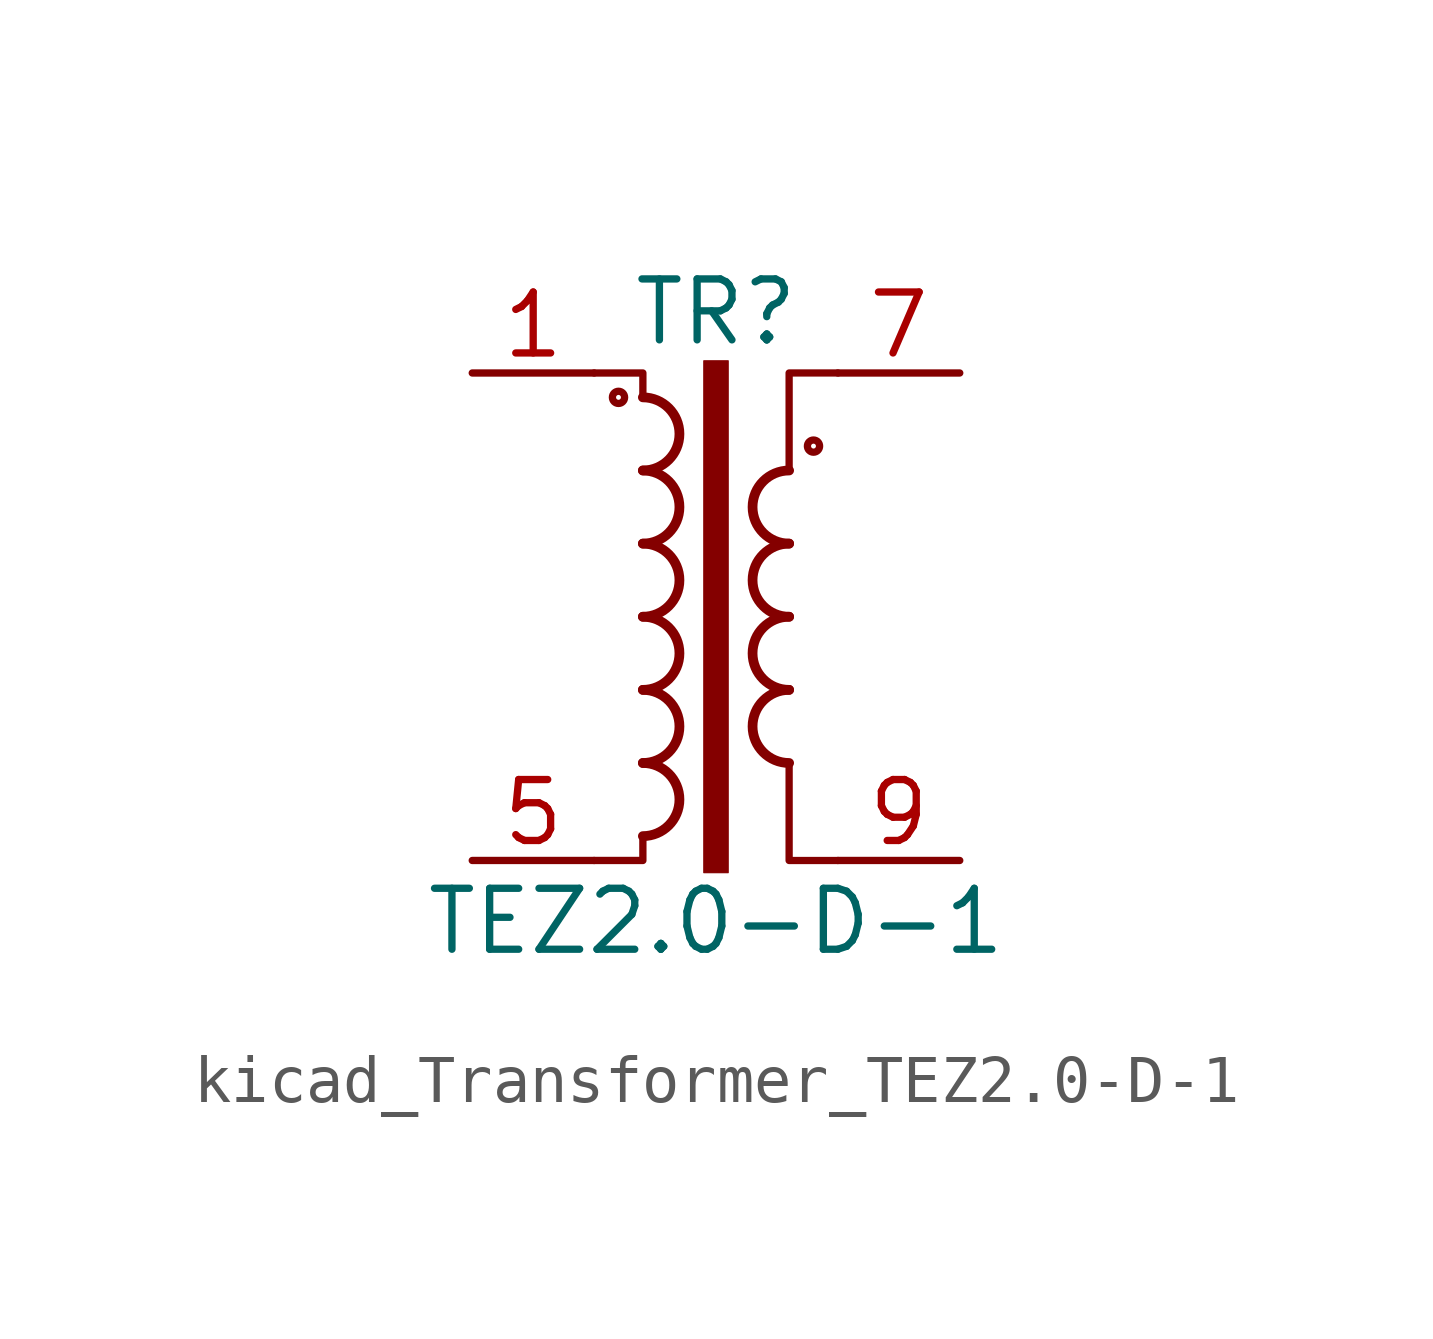
<source format=kicad_sym>
(kicad_symbol_lib
  (version 20220914)
  (generator kicad_symbol_editor)
  (symbol "kicad_Transformer_TEZ2.0-D-1"
    (pin_names
      (offset 0.025))
    (property "Reference" "TR"
      (at 0 6.35 0)
      (effects (font (size 1.27 1.27))))
    (property "Value" "TEZ2.0-D-1"
      (at 0 -6.35 0)
      (effects (font (size 1.27 1.27))))
    (symbol "kicad_Transformer_TEZ2.0-D-1_0_1"
      (circle (center -2.032 4.572) (radius 0.127) (stroke (width 0) (type default)) (fill (type none)))
      (arc (start -1.524 -4.572) (mid -0.7653 -3.81) (end -1.524 -3.048) (stroke (width 0.2032) (type default)) (fill (type none)))
      (arc (start -1.524 -3.048) (mid -0.7653 -2.286) (end -1.524 -1.524) (stroke (width 0.2032) (type default)) (fill (type none)))
      (arc (start -1.524 -1.524) (mid -0.7653 -0.762) (end -1.524 0) (stroke (width 0.2032) (type default)) (fill (type none)))
      (arc (start -1.524 0) (mid -0.7653 0.762) (end -1.524 1.524) (stroke (width 0.2032) (type default)) (fill (type none)))
      (arc (start -1.524 1.524) (mid -0.7653 2.286) (end -1.524 3.048) (stroke (width 0.2032) (type default)) (fill (type none)))
      (arc (start -1.524 3.048) (mid -0.7653 3.81) (end -1.524 4.572) (stroke (width 0.2032) (type default)) (fill (type none)))
      (rectangle (start -0.254 5.334) (end 0.254 -5.334) (stroke (width 0.025) (type default)) (fill (type outline)))
      (polyline (pts (xy -1.524 -4.572) (xy -1.524 -5.08) (xy -2.54 -5.08)) (stroke (width 0) (type default)) (fill (type none)))
      (polyline (pts (xy -1.524 4.572) (xy -1.524 5.08) (xy -2.54 5.08)) (stroke (width 0) (type default)) (fill (type none)))
      (polyline (pts (xy 1.524 3.048) (xy 1.524 5.08) (xy 2.54 5.08) (xy 2.54 5.08)) (stroke (width 0.152) (type default)) (fill (type none)))
      (polyline (pts (xy 2.54 -5.08) (xy 1.524 -5.08) (xy 1.524 -3.048) (xy 1.524 -3.048)) (stroke (width 0.152) (type default)) (fill (type none)))
      (arc (start 1.524 -1.524) (mid 0.7653 -2.286) (end 1.524 -3.048) (stroke (width 0.2032) (type default)) (fill (type none)))
      (arc (start 1.524 0) (mid 0.7653 -0.762) (end 1.524 -1.524) (stroke (width 0.2032) (type default)) (fill (type none)))
      (arc (start 1.524 1.524) (mid 0.7653 0.762) (end 1.524 0) (stroke (width 0.2032) (type default)) (fill (type none)))
      (arc (start 1.524 3.048) (mid 0.7653 2.286) (end 1.524 1.524) (stroke (width 0.2032) (type default)) (fill (type none)))
      (circle (center 2.032 3.556) (radius 0.127) (stroke (width 0) (type default)) (fill (type none))))
    (symbol "kicad_Transformer_TEZ2.0-D-1_1_1"
      (pin passive line (at -5.08 5.08 0) (length 2.54) (name "~" (effects (font (size 1.27 1.27)))) (number "1" (effects (font (size 1.27 1.27)))))
      (pin passive line (at -5.08 -5.08 0) (length 2.54) (name "~" (effects (font (size 1.27 1.27)))) (number "5" (effects (font (size 1.27 1.27)))))
      (pin passive line (at 5.08 5.08 180) (length 2.54) (name "~" (effects (font (size 1.27 1.27)))) (number "7" (effects (font (size 1.27 1.27)))))
      (pin passive line (at 5.08 -5.08 180) (length 2.54) (name "~" (effects (font (size 1.27 1.27)))) (number "9" (effects (font (size 1.27 1.27))))))))
</source>
